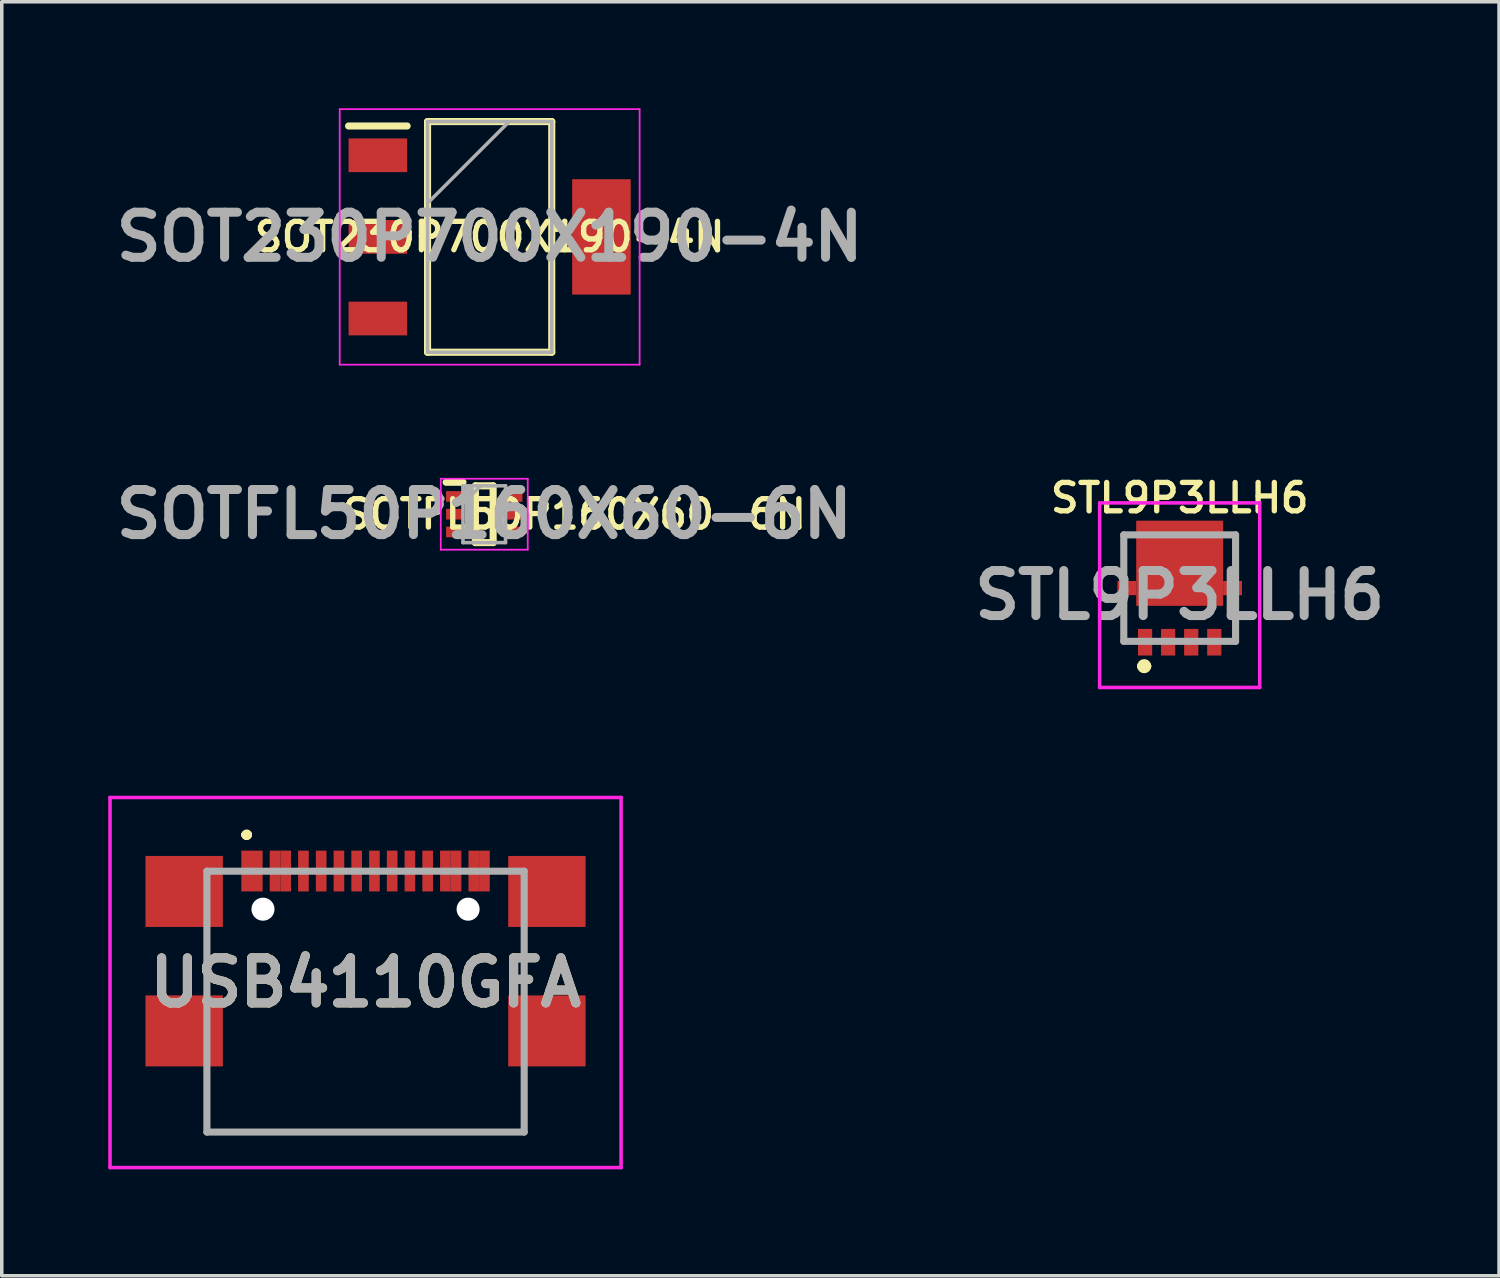
<source format=kicad_pcb>
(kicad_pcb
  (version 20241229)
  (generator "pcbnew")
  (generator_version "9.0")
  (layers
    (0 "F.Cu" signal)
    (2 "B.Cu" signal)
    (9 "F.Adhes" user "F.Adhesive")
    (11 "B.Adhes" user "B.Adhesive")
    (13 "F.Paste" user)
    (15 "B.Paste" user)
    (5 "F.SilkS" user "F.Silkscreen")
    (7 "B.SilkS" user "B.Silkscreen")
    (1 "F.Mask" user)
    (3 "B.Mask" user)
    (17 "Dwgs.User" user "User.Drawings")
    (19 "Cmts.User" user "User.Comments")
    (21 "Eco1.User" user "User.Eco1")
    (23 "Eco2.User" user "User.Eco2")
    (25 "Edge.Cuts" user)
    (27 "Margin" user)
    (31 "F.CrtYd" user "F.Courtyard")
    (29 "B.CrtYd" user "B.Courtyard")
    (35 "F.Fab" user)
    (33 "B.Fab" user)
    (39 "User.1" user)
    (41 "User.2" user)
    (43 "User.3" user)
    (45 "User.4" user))
  (footprint "USB4110GFA"
    (layer "F.Cu")
    (at 7.25 25.171)
    (property "Reference" "USB4110GFA" (at 0 -0.536 0) (layer "F.SilkS") (effects (font (size 1.27 1.27) (thickness 0.254))))
    (attr through_hole)
    (fp_line (start -4.5 -1.5) (end -4.5 -0.75) (stroke (width 0.1) (type solid)) (layer "F.SilkS"))
    (fp_line (start -4.5 -0.75) (end -4.47 -0.75) (stroke (width 0.1) (type solid)) (layer "F.SilkS"))
    (fp_line (start -4.47 -1.5) (end -4.5 -1.5) (stroke (width 0.1) (type solid)) (layer "F.SilkS"))
    (fp_line (start -4.47 -0.75) (end -4.47 -1.5) (stroke (width 0.1) (type solid)) (layer "F.SilkS"))
    (fp_line (start -4.47 2.5) (end -4.47 2.5) (stroke (width 0.1) (type solid)) (layer "F.SilkS"))
    (fp_line (start -4.47 2.5) (end -4.47 3.677) (stroke (width 0.1) (type solid)) (layer "F.SilkS"))
    (fp_line (start -4.47 3.677) (end -4.47 2.5) (stroke (width 0.1) (type solid)) (layer "F.SilkS"))
    (fp_line (start -4.47 3.677) (end -4.47 3.677) (stroke (width 0.1) (type solid)) (layer "F.SilkS"))
    (fp_line (start -4.47 3.677) (end -4.47 3.677) (stroke (width 0.1) (type solid)) (layer "F.SilkS"))
    (fp_line (start -4.47 3.677) (end 4.47 3.677) (stroke (width 0.1) (type solid)) (layer "F.SilkS"))
    (fp_line (start -3.4 -4.7) (end -3.4 -4.7) (stroke (width 0.2) (type solid)) (layer "F.SilkS"))
    (fp_line (start -3.4 -4.7) (end -3.4 -4.7) (stroke (width 0.2) (type solid)) (layer "F.SilkS"))
    (fp_line (start -3.3 -4.7) (end -3.3 -4.7) (stroke (width 0.2) (type solid)) (layer "F.SilkS"))
    (fp_line (start 4.47 -1.75) (end 4.47 -1.75) (stroke (width 0.1) (type solid)) (layer "F.SilkS"))
    (fp_line (start 4.47 -1.75) (end 4.47 -0.75) (stroke (width 0.1) (type solid)) (layer "F.SilkS"))
    (fp_line (start 4.47 -0.75) (end 4.47 -1.75) (stroke (width 0.1) (type solid)) (layer "F.SilkS"))
    (fp_line (start 4.47 -0.75) (end 4.47 -0.75) (stroke (width 0.1) (type solid)) (layer "F.SilkS"))
    (fp_line (start 4.47 2.25) (end 4.47 2.25) (stroke (width 0.1) (type solid)) (layer "F.SilkS"))
    (fp_line (start 4.47 2.25) (end 4.47 3.677) (stroke (width 0.1) (type solid)) (layer "F.SilkS"))
    (fp_line (start 4.47 3.677) (end -4.47 3.677) (stroke (width 0.1) (type solid)) (layer "F.SilkS"))
    (fp_line (start 4.47 3.677) (end 4.47 2.25) (stroke (width 0.1) (type solid)) (layer "F.SilkS"))
    (fp_line (start 4.47 3.677) (end 4.47 3.677) (stroke (width 0.1) (type solid)) (layer "F.SilkS"))
    (fp_line (start 4.47 3.677) (end 4.47 3.677) (stroke (width 0.1) (type solid)) (layer "F.SilkS"))
    (fp_arc (start -3.4 -4.7) (mid -3.35 -4.75) (end -3.3 -4.7) (stroke (width 0.2) (type solid)) (layer "F.SilkS"))
    (fp_arc (start -3.3 -4.7) (mid -3.35 -4.65) (end -3.4 -4.7) (stroke (width 0.2) (type solid)) (layer "F.SilkS"))
    (fp_arc (start -3.3 -4.7) (mid -3.35 -4.65) (end -3.4 -4.7) (stroke (width 0.2) (type solid)) (layer "F.SilkS"))
    (fp_line (start -7.2 -5.75) (end 7.2 -5.75) (stroke (width 0.1) (type solid)) (layer "F.CrtYd"))
    (fp_line (start -7.2 4.677) (end -7.2 -5.75) (stroke (width 0.1) (type solid)) (layer "F.CrtYd"))
    (fp_line (start 7.2 -5.75) (end 7.2 4.677) (stroke (width 0.1) (type solid)) (layer "F.CrtYd"))
    (fp_line (start 7.2 4.677) (end -7.2 4.677) (stroke (width 0.1) (type solid)) (layer "F.CrtYd"))
    (fp_line (start -4.47 -3.673) (end -4.47 3.677) (stroke (width 0.2) (type solid)) (layer "F.Fab"))
    (fp_line (start -4.47 3.677) (end 4.47 3.677) (stroke (width 0.2) (type solid)) (layer "F.Fab"))
    (fp_line (start 4.47 -3.673) (end -4.47 -3.673) (stroke (width 0.2) (type solid)) (layer "F.Fab"))
    (fp_line (start 4.47 3.677) (end 4.47 -3.673) (stroke (width 0.2) (type solid)) (layer "F.Fab"))
    (fp_text user "${REFERENCE}" (at 0 -0.536 0) (layer "F.Fab") (effects (font (size 1.27 1.27) (thickness 0.254))))
    (pad "" np_thru_hole circle (at -2.89 -2.603) (size 0.65 0.65) (drill 0.65) (layers "*.Cu" "*.Mask"))
    (pad "" np_thru_hole circle (at 2.89 -2.603) (size 0.65 0.65) (drill 0.65) (layers "*.Cu" "*.Mask"))
    (pad "A1" smd rect (at -3.35 -3.678) (size 0.3 1.15) (layers "F.Cu" "F.Mask" "F.Paste"))
    (pad "A4" smd rect (at -2.55 -3.678) (size 0.3 1.15) (layers "F.Cu" "F.Mask" "F.Paste"))
    (pad "A5" smd rect (at -1.25 -3.678) (size 0.3 1.15) (layers "F.Cu" "F.Mask" "F.Paste"))
    (pad "A6" smd rect (at -0.25 -3.678) (size 0.3 1.15) (layers "F.Cu" "F.Mask" "F.Paste"))
    (pad "A7" smd rect (at 0.25 -3.678) (size 0.3 1.15) (layers "F.Cu" "F.Mask" "F.Paste"))
    (pad "A8" smd rect (at 1.25 -3.678) (size 0.3 1.15) (layers "F.Cu" "F.Mask" "F.Paste"))
    (pad "A9" smd rect (at 2.55 -3.678) (size 0.3 1.15) (layers "F.Cu" "F.Mask" "F.Paste"))
    (pad "A12" smd rect (at 3.35 -3.678) (size 0.3 1.15) (layers "F.Cu" "F.Mask" "F.Paste"))
    (pad "B1" smd rect (at 3.05 -3.678) (size 0.3 1.15) (layers "F.Cu" "F.Mask" "F.Paste"))
    (pad "B4" smd rect (at 2.25 -3.678) (size 0.3 1.15) (layers "F.Cu" "F.Mask" "F.Paste"))
    (pad "B5" smd rect (at 1.75 -3.678) (size 0.3 1.15) (layers "F.Cu" "F.Mask" "F.Paste"))
    (pad "B6" smd rect (at 0.75 -3.678) (size 0.3 1.15) (layers "F.Cu" "F.Mask" "F.Paste"))
    (pad "B7" smd rect (at -0.75 -3.678) (size 0.3 1.15) (layers "F.Cu" "F.Mask" "F.Paste"))
    (pad "B8" smd rect (at -1.75 -3.678) (size 0.3 1.15) (layers "F.Cu" "F.Mask" "F.Paste"))
    (pad "B9" smd rect (at -2.25 -3.678) (size 0.3 1.15) (layers "F.Cu" "F.Mask" "F.Paste"))
    (pad "B12" smd rect (at -3.05 -3.678) (size 0.3 1.15) (layers "F.Cu" "F.Mask" "F.Paste"))
    (pad "S1" smd rect (at -5.11 -3.103 90) (size 2 2.18) (layers "F.Cu" "F.Mask" "F.Paste"))
    (pad "S1" smd rect (at -5.11 0.827 90) (size 2 2.18) (layers "F.Cu" "F.Mask" "F.Paste"))
    (pad "S1" smd rect (at 5.11 -3.103 90) (size 2 2.18) (layers "F.Cu" "F.Mask" "F.Paste"))
    (pad "S1" smd rect (at 5.11 0.827 90) (size 2 2.18) (layers "F.Cu" "F.Mask" "F.Paste")))
  (footprint "STL9P3LLH6"
    (layer "F.Cu")
    (at 30.19 13.521)
    (property "Reference" "STL9P3LLH6" (at 0 -2.54 0) (layer "F.SilkS") (effects (font (size 0.8 0.8) (thickness 0.15) (bold yes))))
    (attr smd)
    (fp_line (start -1.575 -1.5) (end -1.575 -0.4) (stroke (width 0.1) (type solid)) (layer "F.SilkS"))
    (fp_line (start -1.575 0.4) (end -1.575 1.5) (stroke (width 0.1) (type solid)) (layer "F.SilkS"))
    (fp_line (start -1.575 1.5) (end -1.4 1.5) (stroke (width 0.1) (type solid)) (layer "F.SilkS"))
    (fp_line (start -1.4 -1.5) (end -1.575 -1.5) (stroke (width 0.1) (type solid)) (layer "F.SilkS"))
    (fp_line (start -1.1 2.2) (end -1.1 2.2) (stroke (width 0.2) (type solid)) (layer "F.SilkS"))
    (fp_line (start -0.9 2.2) (end -0.9 2.2) (stroke (width 0.2) (type solid)) (layer "F.SilkS"))
    (fp_line (start 1.4 -1.5) (end 1.575 -1.5) (stroke (width 0.1) (type solid)) (layer "F.SilkS"))
    (fp_line (start 1.575 -1.5) (end 1.575 -0.4) (stroke (width 0.1) (type solid)) (layer "F.SilkS"))
    (fp_line (start 1.575 0.4) (end 1.575 1.5) (stroke (width 0.1) (type solid)) (layer "F.SilkS"))
    (fp_line (start 1.575 1.5) (end 1.4 1.5) (stroke (width 0.1) (type solid)) (layer "F.SilkS"))
    (fp_arc (start -1.1 2.2) (mid -1 2.1) (end -0.9 2.2) (stroke (width 0.2) (type solid)) (layer "F.SilkS"))
    (fp_arc (start -0.9 2.2) (mid -1 2.3) (end -1.1 2.2) (stroke (width 0.2) (type solid)) (layer "F.SilkS"))
    (fp_line (start -2.255 -2.4) (end 2.255 -2.4) (stroke (width 0.1) (type solid)) (layer "F.CrtYd"))
    (fp_line (start -2.255 2.8) (end -2.255 -2.4) (stroke (width 0.1) (type solid)) (layer "F.CrtYd"))
    (fp_line (start 2.255 -2.4) (end 2.255 2.8) (stroke (width 0.1) (type solid)) (layer "F.CrtYd"))
    (fp_line (start 2.255 2.8) (end -2.255 2.8) (stroke (width 0.1) (type solid)) (layer "F.CrtYd"))
    (fp_line (start -1.575 -1.5) (end 1.575 -1.5) (stroke (width 0.2) (type solid)) (layer "F.Fab"))
    (fp_line (start -1.575 1.5) (end -1.575 -1.5) (stroke (width 0.2) (type solid)) (layer "F.Fab"))
    (fp_line (start 1.575 -1.5) (end 1.575 1.5) (stroke (width 0.2) (type solid)) (layer "F.Fab"))
    (fp_line (start 1.575 1.5) (end -1.575 1.5) (stroke (width 0.2) (type solid)) (layer "F.Fab"))
    (fp_text user "${REFERENCE}" (at 0 0.2 0) (layer "F.Fab") (effects (font (size 1.27 1.27) (thickness 0.254))))
    (pad "1" smd rect (at -0.975 1.525) (size 0.4 0.75) (layers "F.Cu" "F.Mask" "F.Paste"))
    (pad "1" smd rect (at -0.325 1.525) (size 0.4 0.75) (layers "F.Cu" "F.Mask" "F.Paste"))
    (pad "1" smd rect (at 0.325 1.525) (size 0.4 0.75) (layers "F.Cu" "F.Mask" "F.Paste"))
    (pad "4" smd rect (at 0.975 1.525) (size 0.4 0.75) (layers "F.Cu" "F.Mask" "F.Paste"))
    (pad "5" smd rect (at -1.49 0 90) (size 0.4 0.53) (layers "F.Cu" "F.Mask" "F.Paste"))
    (pad "5" smd rect (at 0 -0.7 90) (size 2.4 2.45) (layers "F.Cu" "F.Mask" "F.Paste"))
    (pad "5" smd rect (at 1.49 0 90) (size 0.4 0.53) (layers "F.Cu" "F.Mask" "F.Paste")))
  (footprint "SOT230P700X190-4N"
    (layer "F.Cu")
    (at 10.747 3.625)
    (property "Reference" "SOT230P700X190-4N" (at 0 0 0) (layer "F.SilkS") (effects (font (size 0.8 0.8) (thickness 0.15) (bold yes))))
    (attr smd)
    (fp_line (start -3.975 -3.125) (end -2.325 -3.125) (stroke (width 0.2) (type solid)) (layer "F.SilkS"))
    (fp_line (start -1.75 -3.25) (end 1.75 -3.25) (stroke (width 0.2) (type solid)) (layer "F.SilkS"))
    (fp_line (start -1.75 3.25) (end -1.75 -3.25) (stroke (width 0.2) (type solid)) (layer "F.SilkS"))
    (fp_line (start 1.75 -3.25) (end 1.75 3.25) (stroke (width 0.2) (type solid)) (layer "F.SilkS"))
    (fp_line (start 1.75 3.25) (end -1.75 3.25) (stroke (width 0.2) (type solid)) (layer "F.SilkS"))
    (fp_line (start -4.225 -3.6) (end 4.225 -3.6) (stroke (width 0.05) (type solid)) (layer "F.CrtYd"))
    (fp_line (start -4.225 3.6) (end -4.225 -3.6) (stroke (width 0.05) (type solid)) (layer "F.CrtYd"))
    (fp_line (start 4.225 -3.6) (end 4.225 3.6) (stroke (width 0.05) (type solid)) (layer "F.CrtYd"))
    (fp_line (start 4.225 3.6) (end -4.225 3.6) (stroke (width 0.05) (type solid)) (layer "F.CrtYd"))
    (fp_line (start -1.75 -3.25) (end 1.75 -3.25) (stroke (width 0.1) (type solid)) (layer "F.Fab"))
    (fp_line (start -1.75 -0.95) (end 0.55 -3.25) (stroke (width 0.1) (type solid)) (layer "F.Fab"))
    (fp_line (start -1.75 3.25) (end -1.75 -3.25) (stroke (width 0.1) (type solid)) (layer "F.Fab"))
    (fp_line (start 1.75 -3.25) (end 1.75 3.25) (stroke (width 0.1) (type solid)) (layer "F.Fab"))
    (fp_line (start 1.75 3.25) (end -1.75 3.25) (stroke (width 0.1) (type solid)) (layer "F.Fab"))
    (fp_text user "${REFERENCE}" (at 0 0 0) (layer "F.Fab") (effects (font (size 1.27 1.27) (thickness 0.254))))
    (pad "1" smd rect (at -3.15 -2.3 90) (size 0.95 1.65) (layers "F.Cu" "F.Mask" "F.Paste"))
    (pad "2" smd rect (at -3.15 0 90) (size 0.95 1.65) (layers "F.Cu" "F.Mask" "F.Paste"))
    (pad "3" smd rect (at -3.15 2.3 90) (size 0.95 1.65) (layers "F.Cu" "F.Mask" "F.Paste"))
    (pad "4" smd rect (at 3.15 0) (size 1.65 3.25) (layers "F.Cu" "F.Mask" "F.Paste")))
  (footprint "SOTFL50P160X60-6N"
    (layer "F.Cu")
    (at 10.595 11.439)
    (property "Reference" "SOTFL50P160X60-6N" (at 2.54 0 0) (layer "F.SilkS") (effects (font (size 0.8 0.8) (thickness 0.15) (bold yes))))
    (attr smd)
    (fp_line (start -1.075 -0.9) (end -0.6 -0.9) (stroke (width 0.2) (type solid)) (layer "F.SilkS"))
    (fp_line (start -0.25 -0.8) (end 0.25 -0.8) (stroke (width 0.2) (type solid)) (layer "F.SilkS"))
    (fp_line (start -0.25 0.8) (end -0.25 -0.8) (stroke (width 0.2) (type solid)) (layer "F.SilkS"))
    (fp_line (start 0.25 -0.8) (end 0.25 0.8) (stroke (width 0.2) (type solid)) (layer "F.SilkS"))
    (fp_line (start 0.25 0.8) (end -0.25 0.8) (stroke (width 0.2) (type solid)) (layer "F.SilkS"))
    (fp_line (start -1.225 -1) (end 1.225 -1) (stroke (width 0.05) (type solid)) (layer "F.CrtYd"))
    (fp_line (start -1.225 1) (end -1.225 -1) (stroke (width 0.05) (type solid)) (layer "F.CrtYd"))
    (fp_line (start 1.225 -1) (end 1.225 1) (stroke (width 0.05) (type solid)) (layer "F.CrtYd"))
    (fp_line (start 1.225 1) (end -1.225 1) (stroke (width 0.05) (type solid)) (layer "F.CrtYd"))
    (fp_line (start -0.6 -0.8) (end 0.6 -0.8) (stroke (width 0.1) (type solid)) (layer "F.Fab"))
    (fp_line (start -0.6 -0.3) (end -0.1 -0.8) (stroke (width 0.1) (type solid)) (layer "F.Fab"))
    (fp_line (start -0.6 0.8) (end -0.6 -0.8) (stroke (width 0.1) (type solid)) (layer "F.Fab"))
    (fp_line (start 0.6 -0.8) (end 0.6 0.8) (stroke (width 0.1) (type solid)) (layer "F.Fab"))
    (fp_line (start 0.6 0.8) (end -0.6 0.8) (stroke (width 0.1) (type solid)) (layer "F.Fab"))
    (fp_text user "${REFERENCE}" (at 0 0 0) (layer "F.Fab") (effects (font (size 1.27 1.27) (thickness 0.254))))
    (pad "1" smd rect (at -0.838 -0.5 90) (size 0.3 0.475) (layers "F.Cu" "F.Mask" "F.Paste"))
    (pad "2" smd rect (at -0.838 0 90) (size 0.3 0.475) (layers "F.Cu" "F.Mask" "F.Paste"))
    (pad "3" smd rect (at -0.838 0.5 90) (size 0.3 0.475) (layers "F.Cu" "F.Mask" "F.Paste"))
    (pad "4" smd rect (at 0.838 0.5 90) (size 0.3 0.475) (layers "F.Cu" "F.Mask" "F.Paste"))
    (pad "5" smd rect (at 0.838 0 90) (size 0.3 0.475) (layers "F.Cu" "F.Mask" "F.Paste"))
    (pad "6" smd rect (at 0.838 -0.5 90) (size 0.3 0.475) (layers "F.Cu" "F.Mask" "F.Paste")))
  (gr_rect
    (start -3 -3)
    (end 39.189 32.898)
    (stroke (width 0.1) (type default))
    (fill no)
    (layer "Edge.Cuts")))
</source>
